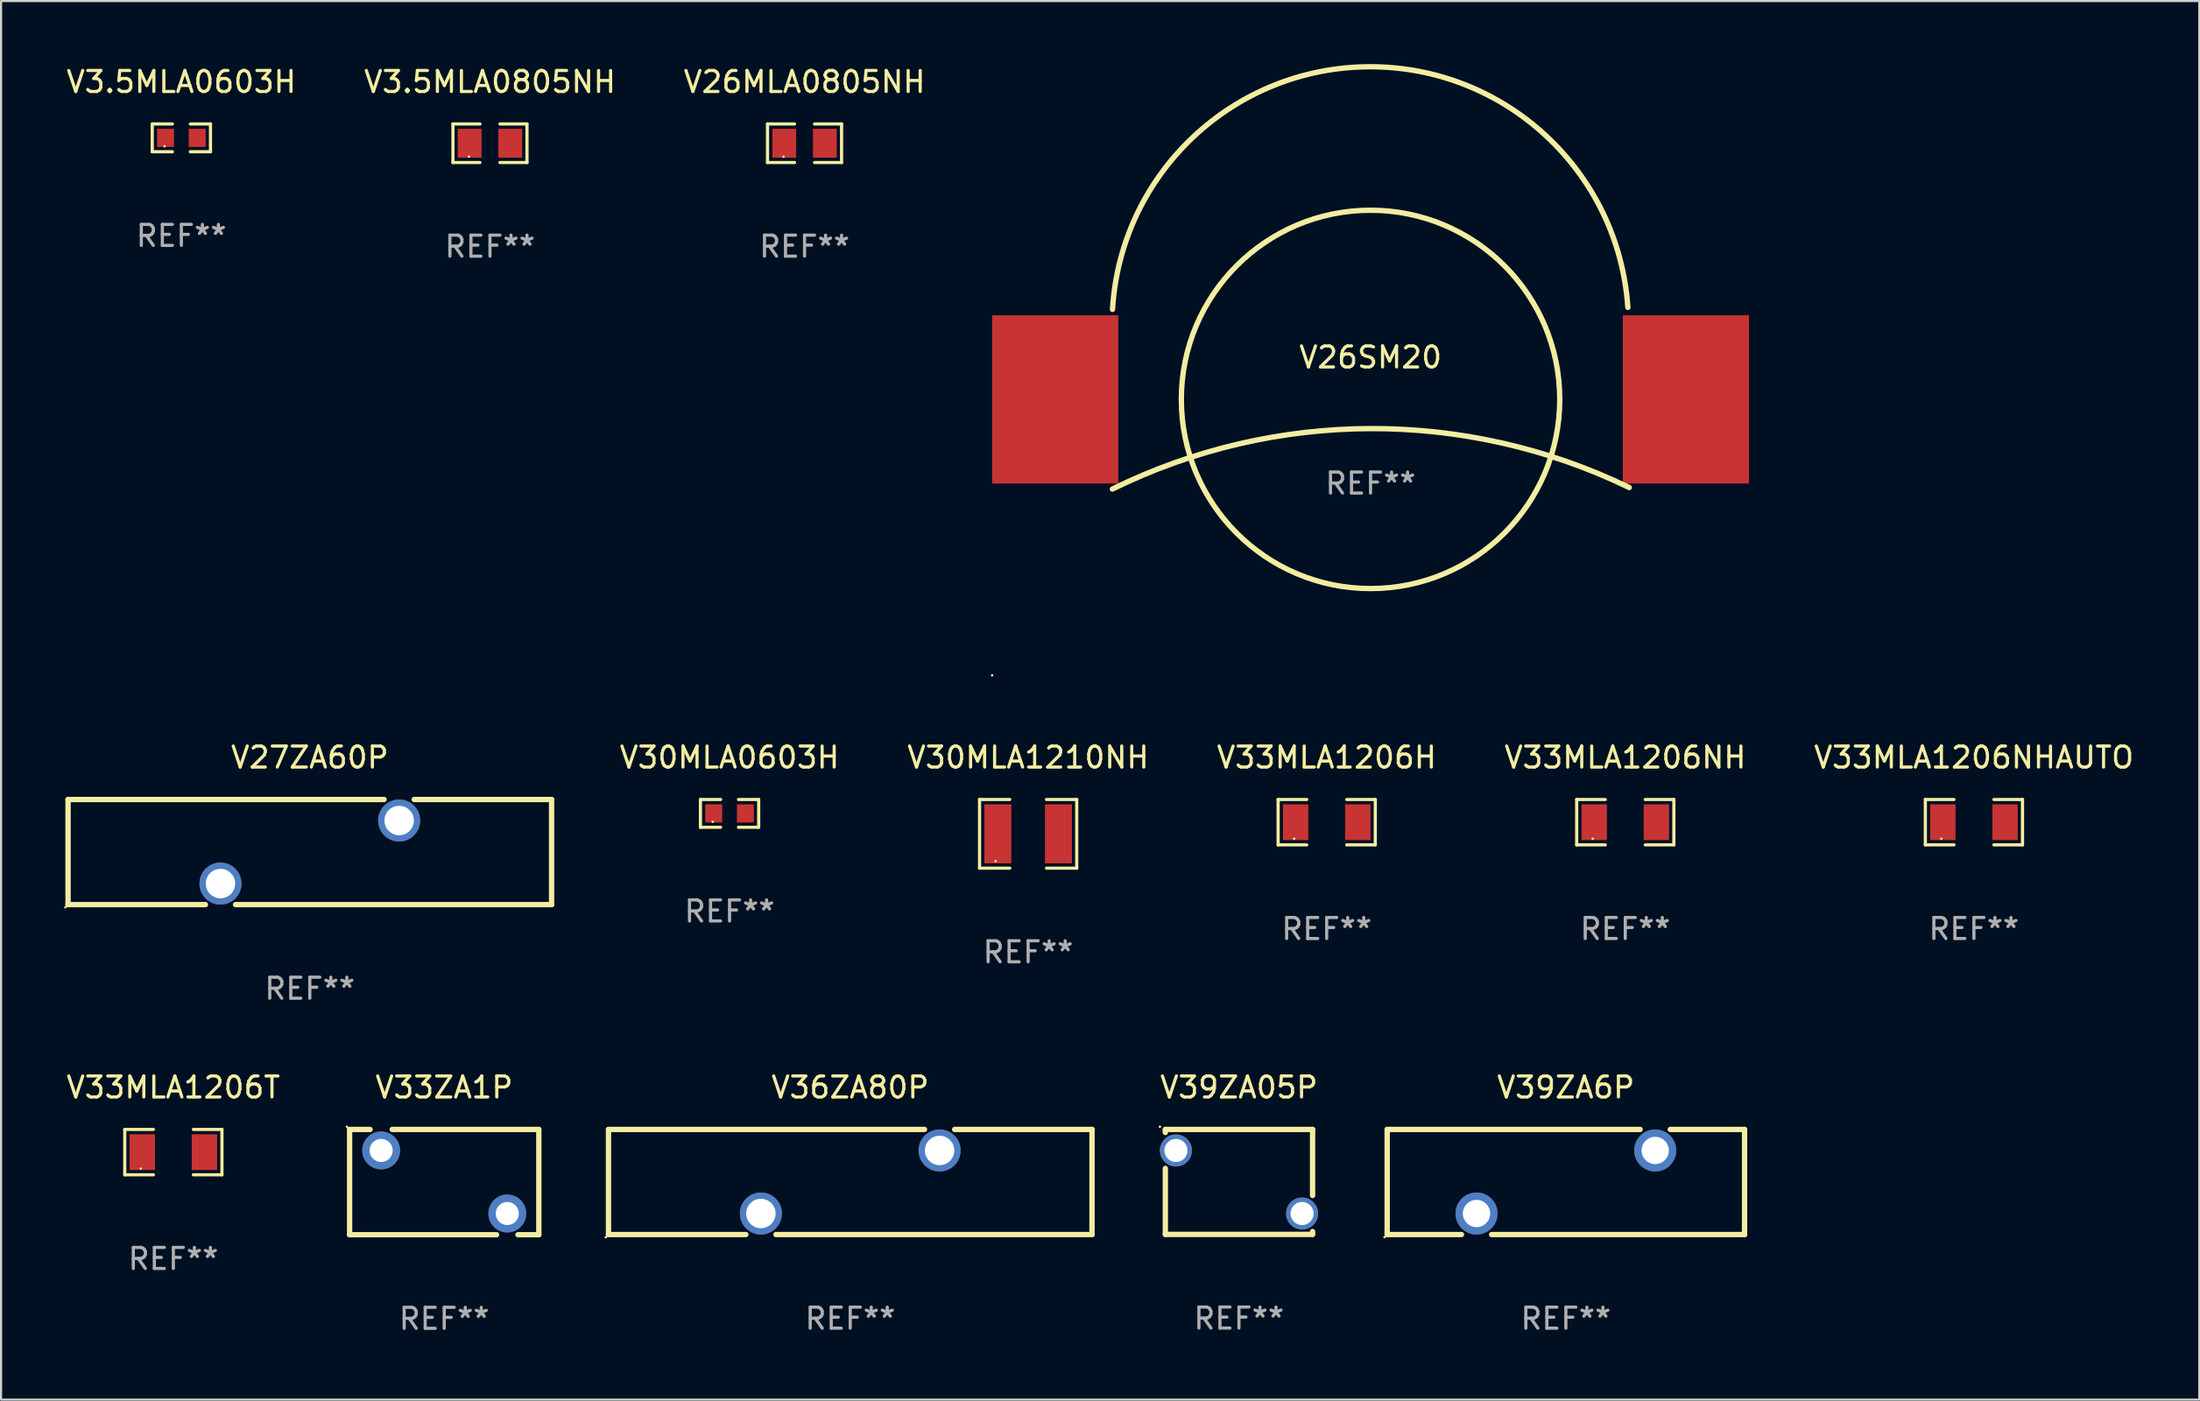
<source format=kicad_pcb>
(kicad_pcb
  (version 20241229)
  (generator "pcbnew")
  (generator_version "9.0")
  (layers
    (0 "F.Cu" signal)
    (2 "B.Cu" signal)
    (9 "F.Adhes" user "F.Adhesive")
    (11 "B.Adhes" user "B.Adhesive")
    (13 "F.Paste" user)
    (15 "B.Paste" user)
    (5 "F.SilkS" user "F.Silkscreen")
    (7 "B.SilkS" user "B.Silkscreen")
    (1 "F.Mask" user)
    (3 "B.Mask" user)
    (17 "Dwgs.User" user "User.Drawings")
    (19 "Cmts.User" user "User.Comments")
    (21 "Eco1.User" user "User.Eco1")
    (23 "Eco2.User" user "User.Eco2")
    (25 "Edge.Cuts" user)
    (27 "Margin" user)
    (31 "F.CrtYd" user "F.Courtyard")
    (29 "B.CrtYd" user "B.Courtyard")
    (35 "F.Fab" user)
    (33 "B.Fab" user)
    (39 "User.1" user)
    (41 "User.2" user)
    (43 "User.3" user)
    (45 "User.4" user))
  (footprint "V33MLA1206H"
    (layer "F.Cu")
    (at 60.058 36.067)
    (property "Reference" "V33MLA1206H" (at 0 -3.079 0) (layer "F.SilkS") (effects (font (size 1 1) (thickness 0.15))))
    (attr through_hole)
    (fp_line (start -2.311 -1.079) (end -0.951 -1.079) (stroke (width 0.152) (type solid)) (layer "F.SilkS"))
    (fp_line (start -2.311 1.079) (end -2.311 -1.079) (stroke (width 0.152) (type solid)) (layer "F.SilkS"))
    (fp_line (start -0.951 1.079) (end -2.311 1.079) (stroke (width 0.152) (type solid)) (layer "F.SilkS"))
    (fp_line (start 0.951 1.079) (end 2.311 1.079) (stroke (width 0.152) (type solid)) (layer "F.SilkS"))
    (fp_line (start 2.311 -1.079) (end 0.951 -1.079) (stroke (width 0.152) (type solid)) (layer "F.SilkS"))
    (fp_line (start 2.311 1.079) (end 2.311 -1.079) (stroke (width 0.152) (type solid)) (layer "F.SilkS"))
    (fp_circle (center -1.55 0.787) (end -1.52 0.787) (stroke (width 0.06) (type solid)) (fill no) (layer "F.SilkS"))
    (fp_text user "REF**" (at 0 5.079 0) (layer "F.Fab") (effects (font (size 1 1) (thickness 0.15))))
    (pad "1" smd rect (at -1.479 0) (size 1.208 1.701) (layers "F.Cu" "F.Mask" "F.Paste"))
    (pad "2" smd rect (at 1.479 0) (size 1.208 1.701) (layers "F.Cu" "F.Mask" "F.Paste")))
  (footprint "V3.5MLA0805NH"
    (layer "F.Cu")
    (at 20.256 3.765)
    (property "Reference" "V3.5MLA0805NH" (at 0 -2.917 0) (layer "F.SilkS") (effects (font (size 1 1) (thickness 0.15))))
    (attr through_hole)
    (fp_line (start -1.761 -0.917) (end -0.476 -0.917) (stroke (width 0.152) (type solid)) (layer "F.SilkS"))
    (fp_line (start -1.761 0.917) (end -1.761 -0.917) (stroke (width 0.152) (type solid)) (layer "F.SilkS"))
    (fp_line (start -0.476 0.917) (end -1.761 0.917) (stroke (width 0.152) (type solid)) (layer "F.SilkS"))
    (fp_line (start 0.476 0.917) (end 1.761 0.917) (stroke (width 0.152) (type solid)) (layer "F.SilkS"))
    (fp_line (start 1.761 -0.917) (end 0.476 -0.917) (stroke (width 0.152) (type solid)) (layer "F.SilkS"))
    (fp_line (start 1.761 0.917) (end 1.761 -0.917) (stroke (width 0.152) (type solid)) (layer "F.SilkS"))
    (fp_circle (center -1 0.638) (end -0.97 0.638) (stroke (width 0.06) (type solid)) (fill no) (layer "F.SilkS"))
    (fp_text user "REF**" (at 0 4.917 0) (layer "F.Fab") (effects (font (size 1 1) (thickness 0.15))))
    (pad "1" smd rect (at -0.966 0) (size 1.133 1.377) (layers "F.Cu" "F.Mask" "F.Paste"))
    (pad "2" smd rect (at 0.966 0) (size 1.133 1.377) (layers "F.Cu" "F.Mask" "F.Paste")))
  (footprint "V33MLA1206NH"
    (layer "F.Cu")
    (at 74.26 36.067)
    (property "Reference" "V33MLA1206NH" (at 0 -3.079 0) (layer "F.SilkS") (effects (font (size 1 1) (thickness 0.15))))
    (attr through_hole)
    (fp_line (start -2.311 -1.079) (end -0.951 -1.079) (stroke (width 0.152) (type solid)) (layer "F.SilkS"))
    (fp_line (start -2.311 1.079) (end -2.311 -1.079) (stroke (width 0.152) (type solid)) (layer "F.SilkS"))
    (fp_line (start -0.951 1.079) (end -2.311 1.079) (stroke (width 0.152) (type solid)) (layer "F.SilkS"))
    (fp_line (start 0.951 1.079) (end 2.311 1.079) (stroke (width 0.152) (type solid)) (layer "F.SilkS"))
    (fp_line (start 2.311 -1.079) (end 0.951 -1.079) (stroke (width 0.152) (type solid)) (layer "F.SilkS"))
    (fp_line (start 2.311 1.079) (end 2.311 -1.079) (stroke (width 0.152) (type solid)) (layer "F.SilkS"))
    (fp_circle (center -1.55 0.787) (end -1.52 0.787) (stroke (width 0.06) (type solid)) (fill no) (layer "F.SilkS"))
    (fp_text user "REF**" (at 0 5.079 0) (layer "F.Fab") (effects (font (size 1 1) (thickness 0.15))))
    (pad "1" smd rect (at -1.479 0) (size 1.208 1.701) (layers "F.Cu" "F.Mask" "F.Paste"))
    (pad "2" smd rect (at 1.479 0) (size 1.208 1.701) (layers "F.Cu" "F.Mask" "F.Paste")))
  (footprint "V36ZA80P"
    (layer "F.Cu")
    (at 37.394 53.185)
    (property "Reference" "V36ZA80P" (at 0 -4.5 0) (layer "F.SilkS") (effects (font (size 1 1) (thickness 0.15))))
    (attr through_hole)
    (fp_line (start -11.5 -2.5) (end -11.5 2.5) (stroke (width 0.254) (type solid)) (layer "F.SilkS"))
    (fp_line (start -11.5 -2.5) (end 3.534 -2.5) (stroke (width 0.254) (type solid)) (layer "F.SilkS"))
    (fp_line (start -4.966 2.5) (end -11.5 2.5) (stroke (width 0.254) (type solid)) (layer "F.SilkS"))
    (fp_line (start 4.966 -2.5) (end 11.5 -2.5) (stroke (width 0.254) (type solid)) (layer "F.SilkS"))
    (fp_line (start 11.5 -2.5) (end 11.5 2.5) (stroke (width 0.254) (type solid)) (layer "F.SilkS"))
    (fp_line (start 11.5 2.5) (end -3.533 2.5) (stroke (width 0.254) (type solid)) (layer "F.SilkS"))
    (fp_circle (center -11.627 2.627) (end -11.597 2.627) (stroke (width 0.06) (type solid)) (fill no) (layer "F.SilkS"))
    (fp_text user "REF**" (at 0 6.5 0) (layer "F.Fab") (effects (font (size 1 1) (thickness 0.15))))
    (pad "1" thru_hole circle (at -4.25 1.5) (size 2 2) (drill 1.4) (layers "*.Cu" "*.Mask"))
    (pad "2" thru_hole circle (at 4.25 -1.5) (size 2 2) (drill 1.4) (layers "*.Cu" "*.Mask")))
  (footprint "V39ZA05P"
    (layer "F.Cu")
    (at 55.884 53.182)
    (property "Reference" "V39ZA05P" (at 0 -4.497 0) (layer "F.SilkS") (effects (font (size 1 1) (thickness 0.15))))
    (attr through_hole)
    (fp_line (start -3.502 -2.353) (end -3.502 -2.497) (stroke (width 0.254) (type solid)) (layer "F.SilkS"))
    (fp_line (start -3.502 2.497) (end -3.502 -0.642) (stroke (width 0.254) (type solid)) (layer "F.SilkS"))
    (fp_line (start -3.498 -2.497) (end 3.502 -2.497) (stroke (width 0.254) (type solid)) (layer "F.SilkS"))
    (fp_line (start 3.498 2.497) (end -3.502 2.497) (stroke (width 0.254) (type solid)) (layer "F.SilkS"))
    (fp_line (start 3.502 -2.497) (end 3.502 0.645) (stroke (width 0.254) (type solid)) (layer "F.SilkS"))
    (fp_line (start 3.502 2.36) (end 3.502 2.497) (stroke (width 0.254) (type solid)) (layer "F.SilkS"))
    (fp_circle (center -3.76 -2.624) (end -3.73 -2.624) (stroke (width 0.06) (type solid)) (fill no) (layer "F.SilkS"))
    (fp_text user "REF**" (at 0 6.497 0) (layer "F.Fab") (effects (font (size 1 1) (thickness 0.15))))
    (pad "1" thru_hole circle (at -2.998 -1.497) (size 1.524 1.524) (drill 1.1) (layers "*.Cu" "*.Mask"))
    (pad "2" thru_hole circle (at 3.002 1.503) (size 1.524 1.524) (drill 1.1) (layers "*.Cu" "*.Mask")))
  (footprint "V33ZA1P"
    (layer "F.Cu")
    (at 18.08 53.189)
    (property "Reference" "V33ZA1P" (at 0 -4.504 0) (layer "F.SilkS") (effects (font (size 1 1) (thickness 0.15))))
    (attr through_hole)
    (fp_line (start -4.5 -2.504) (end -4.5 2.504) (stroke (width 0.254) (type solid)) (layer "F.SilkS"))
    (fp_line (start -4.5 -2.504) (end -3.526 -2.504) (stroke (width 0.254) (type solid)) (layer "F.SilkS"))
    (fp_line (start -4.5 2.504) (end 2.49 2.504) (stroke (width 0.254) (type solid)) (layer "F.SilkS"))
    (fp_line (start -2.474 -2.504) (end 4.5 -2.504) (stroke (width 0.254) (type solid)) (layer "F.SilkS"))
    (fp_line (start 3.51 2.504) (end 4.5 2.504) (stroke (width 0.254) (type solid)) (layer "F.SilkS"))
    (fp_line (start 4.5 2.504) (end 4.5 -2.504) (stroke (width 0.254) (type solid)) (layer "F.SilkS"))
    (fp_circle (center -4.627 -2.631) (end -4.597 -2.631) (stroke (width 0.06) (type solid)) (fill no) (layer "F.SilkS"))
    (fp_text user "REF**" (at 0 6.504 0) (layer "F.Fab") (effects (font (size 1 1) (thickness 0.15))))
    (pad "1" thru_hole circle (at -3 -1.504) (size 1.8 1.8) (drill 1.1) (layers "*.Cu" "*.Mask"))
    (pad "2" thru_hole circle (at 3 1.496) (size 1.8 1.8) (drill 1.1) (layers "*.Cu" "*.Mask")))
  (footprint "V33MLA1206T"
    (layer "F.Cu")
    (at 5.196 51.764)
    (property "Reference" "V33MLA1206T" (at 0 -3.079 0) (layer "F.SilkS") (effects (font (size 1 1) (thickness 0.15))))
    (attr through_hole)
    (fp_line (start -2.311 -1.079) (end -0.951 -1.079) (stroke (width 0.152) (type solid)) (layer "F.SilkS"))
    (fp_line (start -2.311 1.079) (end -2.311 -1.079) (stroke (width 0.152) (type solid)) (layer "F.SilkS"))
    (fp_line (start -0.951 1.079) (end -2.311 1.079) (stroke (width 0.152) (type solid)) (layer "F.SilkS"))
    (fp_line (start 0.951 1.079) (end 2.311 1.079) (stroke (width 0.152) (type solid)) (layer "F.SilkS"))
    (fp_line (start 2.311 -1.079) (end 0.951 -1.079) (stroke (width 0.152) (type solid)) (layer "F.SilkS"))
    (fp_line (start 2.311 1.079) (end 2.311 -1.079) (stroke (width 0.152) (type solid)) (layer "F.SilkS"))
    (fp_circle (center -1.55 0.787) (end -1.52 0.787) (stroke (width 0.06) (type solid)) (fill no) (layer "F.SilkS"))
    (fp_text user "REF**" (at 0 5.079 0) (layer "F.Fab") (effects (font (size 1 1) (thickness 0.15))))
    (pad "1" smd rect (at -1.479 0) (size 1.208 1.701) (layers "F.Cu" "F.Mask" "F.Paste"))
    (pad "2" smd rect (at 1.479 0) (size 1.208 1.701) (layers "F.Cu" "F.Mask" "F.Paste")))
  (footprint "V27ZA60P"
    (layer "F.Cu")
    (at 11.687 37.488)
    (property "Reference" "V27ZA60P" (at 0 -4.5 0) (layer "F.SilkS") (effects (font (size 1 1) (thickness 0.15))))
    (attr through_hole)
    (fp_line (start -11.5 -2.5) (end -11.5 2.5) (stroke (width 0.254) (type solid)) (layer "F.SilkS"))
    (fp_line (start -11.5 -2.5) (end 3.534 -2.5) (stroke (width 0.254) (type solid)) (layer "F.SilkS"))
    (fp_line (start -4.966 2.5) (end -11.5 2.5) (stroke (width 0.254) (type solid)) (layer "F.SilkS"))
    (fp_line (start 4.966 -2.5) (end 11.5 -2.5) (stroke (width 0.254) (type solid)) (layer "F.SilkS"))
    (fp_line (start 11.5 -2.5) (end 11.5 2.5) (stroke (width 0.254) (type solid)) (layer "F.SilkS"))
    (fp_line (start 11.5 2.5) (end -3.533 2.5) (stroke (width 0.254) (type solid)) (layer "F.SilkS"))
    (fp_circle (center -11.627 2.627) (end -11.597 2.627) (stroke (width 0.06) (type solid)) (fill no) (layer "F.SilkS"))
    (fp_text user "REF**" (at 0 6.5 0) (layer "F.Fab") (effects (font (size 1 1) (thickness 0.15))))
    (pad "1" thru_hole circle (at -4.25 1.5) (size 2 2) (drill 1.4) (layers "*.Cu" "*.Mask"))
    (pad "2" thru_hole circle (at 4.25 -1.5) (size 2 2) (drill 1.4) (layers "*.Cu" "*.Mask")))
  (footprint "V39ZA6P"
    (layer "F.Cu")
    (at 71.434 53.185)
    (property "Reference" "V39ZA6P" (at 0 -4.5 0) (layer "F.SilkS") (effects (font (size 1 1) (thickness 0.15))))
    (attr through_hole)
    (fp_line (start -8.5 -2.5) (end 3.534 -2.5) (stroke (width 0.254) (type solid)) (layer "F.SilkS"))
    (fp_line (start -8.5 2.5) (end -8.5 -2.5) (stroke (width 0.254) (type solid)) (layer "F.SilkS"))
    (fp_line (start -8.5 2.5) (end -4.966 2.5) (stroke (width 0.254) (type solid)) (layer "F.SilkS"))
    (fp_line (start -3.533 2.5) (end 8.5 2.5) (stroke (width 0.254) (type solid)) (layer "F.SilkS"))
    (fp_line (start 4.966 -2.5) (end 8.5 -2.5) (stroke (width 0.254) (type solid)) (layer "F.SilkS"))
    (fp_line (start 8.5 -2.5) (end 8.5 2.5) (stroke (width 0.254) (type solid)) (layer "F.SilkS"))
    (fp_circle (center -8.627 2.627) (end -8.597 2.627) (stroke (width 0.06) (type solid)) (fill no) (layer "F.SilkS"))
    (fp_text user "REF**" (at 0 6.5 0) (layer "F.Fab") (effects (font (size 1 1) (thickness 0.15))))
    (pad "1" thru_hole circle (at -4.25 1.5) (size 2 2) (drill 1.3) (layers "*.Cu" "*.Mask"))
    (pad "2" thru_hole circle (at 4.25 -1.5) (size 2 2) (drill 1.3) (layers "*.Cu" "*.Mask")))
  (footprint "V33MLA1206NHAUTO"
    (layer "F.Cu")
    (at 90.844 36.067)
    (property "Reference" "V33MLA1206NHAUTO" (at 0 -3.079 0) (layer "F.SilkS") (effects (font (size 1 1) (thickness 0.15))))
    (attr through_hole)
    (fp_line (start -2.311 -1.079) (end -0.951 -1.079) (stroke (width 0.152) (type solid)) (layer "F.SilkS"))
    (fp_line (start -2.311 1.079) (end -2.311 -1.079) (stroke (width 0.152) (type solid)) (layer "F.SilkS"))
    (fp_line (start -0.951 1.079) (end -2.311 1.079) (stroke (width 0.152) (type solid)) (layer "F.SilkS"))
    (fp_line (start 0.951 1.079) (end 2.311 1.079) (stroke (width 0.152) (type solid)) (layer "F.SilkS"))
    (fp_line (start 2.311 -1.079) (end 0.951 -1.079) (stroke (width 0.152) (type solid)) (layer "F.SilkS"))
    (fp_line (start 2.311 1.079) (end 2.311 -1.079) (stroke (width 0.152) (type solid)) (layer "F.SilkS"))
    (fp_circle (center -1.55 0.787) (end -1.52 0.787) (stroke (width 0.06) (type solid)) (fill no) (layer "F.SilkS"))
    (fp_text user "REF**" (at 0 5.079 0) (layer "F.Fab") (effects (font (size 1 1) (thickness 0.15))))
    (pad "1" smd rect (at -1.479 0) (size 1.208 1.701) (layers "F.Cu" "F.Mask" "F.Paste"))
    (pad "2" smd rect (at 1.479 0) (size 1.208 1.701) (layers "F.Cu" "F.Mask" "F.Paste")))
  (footprint "V3.5MLA0603H"
    (layer "F.Cu")
    (at 5.577 3.509)
    (property "Reference" "V3.5MLA0603H" (at 0 -2.661 0) (layer "F.SilkS") (effects (font (size 1 1) (thickness 0.15))))
    (attr through_hole)
    (fp_line (start -1.385 -0.661) (end -0.426 -0.661) (stroke (width 0.152) (type solid)) (layer "F.SilkS"))
    (fp_line (start -1.385 0.661) (end -1.385 -0.661) (stroke (width 0.152) (type solid)) (layer "F.SilkS"))
    (fp_line (start -0.426 0.661) (end -1.385 0.661) (stroke (width 0.152) (type solid)) (layer "F.SilkS"))
    (fp_line (start 0.426 0.661) (end 1.385 0.661) (stroke (width 0.152) (type solid)) (layer "F.SilkS"))
    (fp_line (start 1.385 -0.661) (end 0.426 -0.661) (stroke (width 0.152) (type solid)) (layer "F.SilkS"))
    (fp_line (start 1.385 0.661) (end 1.385 -0.661) (stroke (width 0.152) (type solid)) (layer "F.SilkS"))
    (fp_circle (center -0.8 0.4) (end -0.77 0.4) (stroke (width 0.06) (type solid)) (fill no) (layer "F.SilkS"))
    (fp_text user "REF**" (at 0 4.661 0) (layer "F.Fab") (effects (font (size 1 1) (thickness 0.15))))
    (pad "1" smd rect (at -0.753 0) (size 0.806 0.864) (layers "F.Cu" "F.Mask" "F.Paste"))
    (pad "2" smd rect (at 0.753 0) (size 0.806 0.864) (layers "F.Cu" "F.Mask" "F.Paste")))
  (footprint "V30MLA0603H"
    (layer "F.Cu")
    (at 31.653 35.649)
    (property "Reference" "V30MLA0603H" (at 0 -2.661 0) (layer "F.SilkS") (effects (font (size 1 1) (thickness 0.15))))
    (attr through_hole)
    (fp_line (start -1.385 -0.661) (end -0.426 -0.661) (stroke (width 0.152) (type solid)) (layer "F.SilkS"))
    (fp_line (start -1.385 0.661) (end -1.385 -0.661) (stroke (width 0.152) (type solid)) (layer "F.SilkS"))
    (fp_line (start -0.426 0.661) (end -1.385 0.661) (stroke (width 0.152) (type solid)) (layer "F.SilkS"))
    (fp_line (start 0.426 0.661) (end 1.385 0.661) (stroke (width 0.152) (type solid)) (layer "F.SilkS"))
    (fp_line (start 1.385 -0.661) (end 0.426 -0.661) (stroke (width 0.152) (type solid)) (layer "F.SilkS"))
    (fp_line (start 1.385 0.661) (end 1.385 -0.661) (stroke (width 0.152) (type solid)) (layer "F.SilkS"))
    (fp_circle (center -0.8 0.4) (end -0.77 0.4) (stroke (width 0.06) (type solid)) (fill no) (layer "F.SilkS"))
    (fp_text user "REF**" (at 0 4.661 0) (layer "F.Fab") (effects (font (size 1 1) (thickness 0.15))))
    (pad "1" smd rect (at -0.753 0) (size 0.806 0.864) (layers "F.Cu" "F.Mask" "F.Paste"))
    (pad "2" smd rect (at 0.753 0) (size 0.806 0.864) (layers "F.Cu" "F.Mask" "F.Paste")))
  (footprint "V26SM20"
    (layer "F.Cu")
    (at 62.143 15.952)
    (property "Reference" "V26SM20" (at 0 -2 0) (layer "F.SilkS") (effects (font (size 1 1) (thickness 0.15))))
    (attr through_hole)
    (fp_arc (start -12.280696 4.265634) (mid 0.004108 1.388934) (end 12.305715 4.192913) (stroke (width 0.254001) (type solid)) (layer "F.SilkS"))
    (fp_arc (start -12.27389 -4.282525) (mid -0.061469 -15.825406) (end 12.240259 -4.37775) (stroke (width 0.254001) (type solid)) (layer "F.SilkS"))
    (fp_circle (center -18 13.127) (end -17.97 13.127) (stroke (width 0.06) (type solid)) (fill no) (layer "F.SilkS"))
    (fp_circle (center 0 0) (end 9 0) (stroke (width 0.254) (type solid)) (fill no) (layer "F.SilkS"))
    (fp_text user "REF**" (at 0 4 0) (layer "F.Fab") (effects (font (size 1 1) (thickness 0.15))))
    (pad "1" smd rect (at -15 0) (size 6 8) (layers "F.Cu" "F.Mask" "F.Paste"))
    (pad "2" smd rect (at 15 0) (size 6 8) (layers "F.Cu" "F.Mask" "F.Paste")))
  (footprint "V26MLA0805NH"
    (layer "F.Cu")
    (at 35.22 3.765)
    (property "Reference" "V26MLA0805NH" (at 0 -2.917 0) (layer "F.SilkS") (effects (font (size 1 1) (thickness 0.15))))
    (attr through_hole)
    (fp_line (start -1.761 -0.917) (end -0.476 -0.917) (stroke (width 0.152) (type solid)) (layer "F.SilkS"))
    (fp_line (start -1.761 0.917) (end -1.761 -0.917) (stroke (width 0.152) (type solid)) (layer "F.SilkS"))
    (fp_line (start -0.476 0.917) (end -1.761 0.917) (stroke (width 0.152) (type solid)) (layer "F.SilkS"))
    (fp_line (start 0.476 0.917) (end 1.761 0.917) (stroke (width 0.152) (type solid)) (layer "F.SilkS"))
    (fp_line (start 1.761 -0.917) (end 0.476 -0.917) (stroke (width 0.152) (type solid)) (layer "F.SilkS"))
    (fp_line (start 1.761 0.917) (end 1.761 -0.917) (stroke (width 0.152) (type solid)) (layer "F.SilkS"))
    (fp_circle (center -1 0.638) (end -0.97 0.638) (stroke (width 0.06) (type solid)) (fill no) (layer "F.SilkS"))
    (fp_text user "REF**" (at 0 4.917 0) (layer "F.Fab") (effects (font (size 1 1) (thickness 0.15))))
    (pad "1" smd rect (at -0.966 0) (size 1.133 1.377) (layers "F.Cu" "F.Mask" "F.Paste"))
    (pad "2" smd rect (at 0.966 0) (size 1.133 1.377) (layers "F.Cu" "F.Mask" "F.Paste")))
  (footprint "V30MLA1210NH"
    (layer "F.Cu")
    (at 45.856 36.621)
    (property "Reference" "V30MLA1210NH" (at 0 -3.633 0) (layer "F.SilkS") (effects (font (size 1 1) (thickness 0.15))))
    (attr through_hole)
    (fp_line (start -2.311 -1.633) (end -0.876 -1.633) (stroke (width 0.152) (type solid)) (layer "F.SilkS"))
    (fp_line (start -2.311 1.633) (end -2.311 -1.633) (stroke (width 0.152) (type solid)) (layer "F.SilkS"))
    (fp_line (start -0.876 1.633) (end -2.311 1.633) (stroke (width 0.152) (type solid)) (layer "F.SilkS"))
    (fp_line (start 0.876 1.633) (end 2.311 1.633) (stroke (width 0.152) (type solid)) (layer "F.SilkS"))
    (fp_line (start 2.311 -1.633) (end 0.876 -1.633) (stroke (width 0.152) (type solid)) (layer "F.SilkS"))
    (fp_line (start 2.311 1.633) (end 2.311 -1.633) (stroke (width 0.152) (type solid)) (layer "F.SilkS"))
    (fp_circle (center -1.55 1.3) (end -1.52 1.3) (stroke (width 0.06) (type solid)) (fill no) (layer "F.SilkS"))
    (fp_text user "REF**" (at 0 5.633 0) (layer "F.Fab") (effects (font (size 1 1) (thickness 0.15))))
    (pad "1" smd rect (at -1.441 0) (size 1.283 2.808) (layers "F.Cu" "F.Mask" "F.Paste"))
    (pad "2" smd rect (at 1.441 0) (size 1.283 2.808) (layers "F.Cu" "F.Mask" "F.Paste")))
  (gr_rect
    (start -3 -3)
    (end 101.564 63.541)
    (stroke (width 0.1) (type default))
    (fill no)
    (layer "Edge.Cuts")))
</source>
